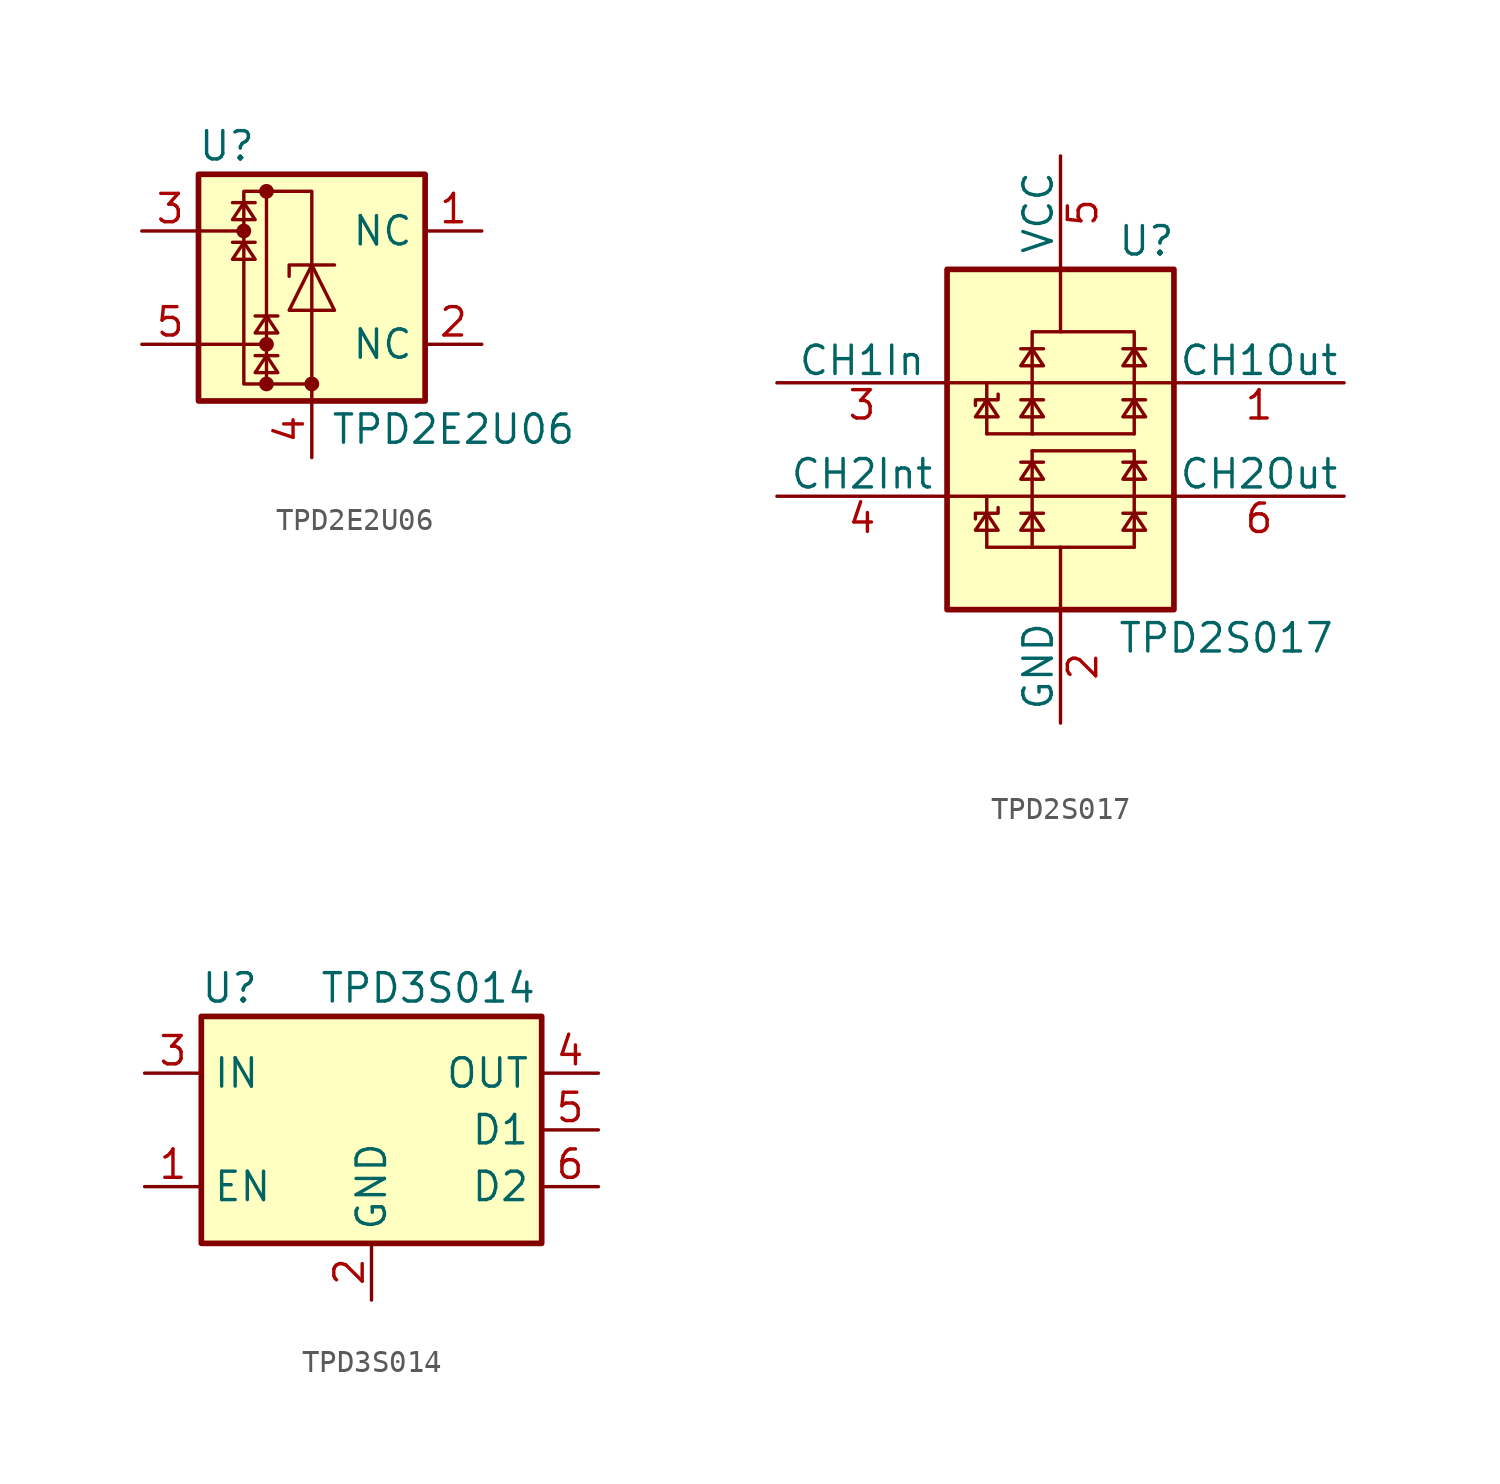
<source format=kicad_sym>
(kicad_symbol_lib
  (version 20201005)
  (generator kicad_symbol_editor)
  (symbol "Power_Protection:TPD2E2U06"
    (property "Reference" "U"
      (at -3.81 6.35 0)
      (effects (font (size 1.27 1.27))))
    (property "Value" "TPD2E2U06"
      (at 6.35 -6.35 0)
      (effects (font (size 1.27 1.27))))
    (symbol "TPD2E2U06_0_1"
      (circle (center -3.048 2.54) (radius 0.254) (stroke (width 0)) (fill (type outline)))
      (circle (center -2.032 -4.318) (radius 0.254) (stroke (width 0)) (fill (type outline)))
      (circle (center -2.032 -2.54) (radius 0.254) (stroke (width 0)) (fill (type outline)))
      (circle (center -2.032 4.318) (radius 0.254) (stroke (width 0)) (fill (type outline)))
      (circle (center 0 -4.318) (radius 0.254) (stroke (width 0)) (fill (type outline)))
      (rectangle (start -5.08 5.08) (end 5.08 -5.08) (stroke (width 0.254)) (fill (type background)))
      (rectangle (start -3.048 4.318) (end 0 -4.318) (stroke (width 0)) (fill (type none)))
      (polyline (pts (xy -3.048 2.54) (xy -5.08 2.54)) (stroke (width 0)) (fill (type none)))
      (polyline (pts (xy -2.54 2.032) (xy -3.556 2.032)) (stroke (width 0)) (fill (type none)))
      (polyline (pts (xy -2.54 3.81) (xy -3.556 3.81)) (stroke (width 0)) (fill (type none)))
      (polyline (pts (xy -2.032 -4.318) (xy -2.032 4.318)) (stroke (width 0)) (fill (type none)))
      (polyline (pts (xy -2.032 -2.54) (xy -5.08 -2.54)) (stroke (width 0)) (fill (type none)))
      (polyline (pts (xy -1.524 -3.048) (xy -2.54 -3.048)) (stroke (width 0)) (fill (type none)))
      (polyline (pts (xy -1.524 -1.27) (xy -2.54 -1.27)) (stroke (width 0)) (fill (type none)))
      (polyline (pts (xy 0 -4.318) (xy 0 -5.08)) (stroke (width 0)) (fill (type none)))
      (polyline (pts (xy 1.016 1.016) (xy -1.016 1.016) (xy -1.016 0.508)) (stroke (width 0)) (fill (type none)))
      (polyline (pts (xy -3.048 2.032) (xy -3.556 1.27) (xy -2.54 1.27) (xy -3.048 2.032)) (stroke (width 0)) (fill (type none)))
      (polyline (pts (xy -3.048 3.81) (xy -3.556 3.048) (xy -2.54 3.048) (xy -3.048 3.81)) (stroke (width 0)) (fill (type none)))
      (polyline (pts (xy -2.032 -3.048) (xy -2.54 -3.81) (xy -1.524 -3.81) (xy -2.032 -3.048)) (stroke (width 0)) (fill (type none)))
      (polyline (pts (xy -2.032 -1.27) (xy -2.54 -2.032) (xy -1.524 -2.032) (xy -2.032 -1.27)) (stroke (width 0)) (fill (type none)))
      (polyline (pts (xy 0 1.016) (xy 1.016 -1.016) (xy -1.016 -1.016) (xy 0 1.016)) (stroke (width 0)) (fill (type none))))
    (symbol "TPD2E2U06_1_1"
      (pin passive line (at 7.62 2.54 180) (length 2.54) (name "NC" (effects (font (size 1.27 1.27)))) (number "1" (effects (font (size 1.27 1.27)))))
      (pin passive line (at 7.62 -2.54 180) (length 2.54) (name "NC" (effects (font (size 1.27 1.27)))) (number "2" (effects (font (size 1.27 1.27)))))
      (pin passive line (at -7.62 2.54 0) (length 2.54) (name "~" (effects (font (size 1.27 1.27)))) (number "3" (effects (font (size 1.27 1.27)))))
      (pin passive line (at 0 -7.62 90) (length 2.54) (name "~" (effects (font (size 1.27 1.27)))) (number "4" (effects (font (size 1.27 1.27)))))
      (pin passive line (at -7.62 -2.54 0) (length 2.54) (name "~" (effects (font (size 1.27 1.27)))) (number "5" (effects (font (size 1.27 1.27)))))))
  (symbol "Power_Protection:TPD2S017"
    (pin_names
      (offset 0))
    (property "Reference" "U"
      (at 2.54 8.89 0)
      (effects (font (size 1.27 1.27)) (justify left)))
    (property "Value" "TPD2S017"
      (at 2.54 -8.89 0)
      (effects (font (size 1.27 1.27)) (justify left)))
    (symbol "TPD2S017_0_1"
      (rectangle (start -5.08 7.62) (end 5.08 -7.62) (stroke (width 0.254)) (fill (type background)))
      (polyline (pts (xy 0 4.826) (xy 0 7.62)) (stroke (width 0)) (fill (type none)))
      (polyline (pts (xy -5.08 -2.54) (xy 5.08 -2.54) (xy 5.08 -2.54)) (stroke (width 0)) (fill (type none)))
      (polyline (pts (xy -5.08 2.54) (xy 5.08 2.54) (xy 5.08 2.54)) (stroke (width 0)) (fill (type none)))
      (polyline (pts (xy -3.302 -4.826) (xy -1.27 -4.826) (xy -1.27 -4.826)) (stroke (width 0)) (fill (type none)))
      (polyline (pts (xy -3.302 -3.302) (xy -3.302 -2.54) (xy -3.302 -2.54)) (stroke (width 0)) (fill (type none)))
      (polyline (pts (xy -3.302 0.254) (xy -3.302 1.778) (xy -3.302 1.016)) (stroke (width 0)) (fill (type none)))
      (polyline (pts (xy -3.302 0.254) (xy -1.27 0.254) (xy -1.27 0.254)) (stroke (width 0)) (fill (type none)))
      (polyline (pts (xy -3.302 1.778) (xy -3.302 2.54) (xy -3.302 2.54)) (stroke (width 0)) (fill (type none)))
      (polyline (pts (xy -1.778 -3.302) (xy -1.27 -3.302) (xy -0.762 -3.302)) (stroke (width 0)) (fill (type none)))
      (polyline (pts (xy -1.778 -1.016) (xy -1.27 -1.016) (xy -0.762 -1.016)) (stroke (width 0)) (fill (type none)))
      (polyline (pts (xy -1.778 1.778) (xy -1.27 1.778) (xy -0.762 1.778)) (stroke (width 0)) (fill (type none)))
      (polyline (pts (xy -1.778 4.064) (xy -1.27 4.064) (xy -0.762 4.064)) (stroke (width 0)) (fill (type none)))
      (polyline (pts (xy -1.27 -4.826) (xy -1.27 -3.302) (xy -1.27 -4.064)) (stroke (width 0)) (fill (type none)))
      (polyline (pts (xy -1.27 -4.826) (xy 3.302 -4.826) (xy 3.302 -4.826)) (stroke (width 0)) (fill (type none)))
      (polyline (pts (xy -1.27 -1.016) (xy -1.27 -0.508) (xy -1.27 -0.508)) (stroke (width 0)) (fill (type none)))
      (polyline (pts (xy -1.27 -0.508) (xy 3.302 -0.508) (xy 3.302 -0.508)) (stroke (width 0)) (fill (type none)))
      (polyline (pts (xy -1.27 0.254) (xy -1.27 1.778) (xy -1.27 1.016)) (stroke (width 0)) (fill (type none)))
      (polyline (pts (xy -1.27 0.254) (xy 3.302 0.254) (xy 3.302 0.254)) (stroke (width 0)) (fill (type none)))
      (polyline (pts (xy 0 -7.62) (xy 0 -4.826) (xy 0 -4.826)) (stroke (width 0)) (fill (type none)))
      (polyline (pts (xy 2.794 -3.302) (xy 3.302 -3.302) (xy 3.81 -3.302)) (stroke (width 0)) (fill (type none)))
      (polyline (pts (xy 2.794 -1.016) (xy 3.302 -1.016) (xy 3.81 -1.016)) (stroke (width 0)) (fill (type none)))
      (polyline (pts (xy 2.794 1.778) (xy 3.302 1.778) (xy 3.81 1.778)) (stroke (width 0)) (fill (type none)))
      (polyline (pts (xy 2.794 4.064) (xy 3.302 4.064) (xy 3.81 4.064)) (stroke (width 0)) (fill (type none)))
      (polyline (pts (xy 3.302 -1.016) (xy 3.302 -0.508) (xy 3.302 -0.508)) (stroke (width 0)) (fill (type none)))
      (polyline (pts (xy -3.302 -4.826) (xy -3.302 -3.302) (xy -3.302 -4.064) (xy -3.302 -4.064)) (stroke (width 0)) (fill (type none)))
      (polyline (pts (xy 3.302 -4.826) (xy 3.302 -3.302) (xy 3.302 -4.064) (xy 3.302 -4.064)) (stroke (width 0)) (fill (type none)))
      (polyline (pts (xy 3.302 0.254) (xy 3.302 1.778) (xy 3.302 1.016) (xy 3.302 1.016)) (stroke (width 0)) (fill (type none)))
      (polyline (pts (xy -3.302 -3.302) (xy -3.81 -4.064) (xy -2.794 -4.064) (xy -3.302 -3.302) (xy -3.302 -3.302)) (stroke (width 0)) (fill (type none)))
      (polyline (pts (xy -3.302 1.778) (xy -3.81 1.016) (xy -2.794 1.016) (xy -3.302 1.778) (xy -3.302 1.778)) (stroke (width 0)) (fill (type none)))
      (polyline (pts (xy -2.794 -3.048) (xy -2.794 -3.302) (xy -3.81 -3.302) (xy -3.81 -3.556) (xy -3.81 -3.556)) (stroke (width 0)) (fill (type none)))
      (polyline (pts (xy -2.794 2.032) (xy -2.794 1.778) (xy -3.81 1.778) (xy -3.81 1.524) (xy -3.81 1.524)) (stroke (width 0)) (fill (type none)))
      (polyline (pts (xy -1.27 -3.302) (xy -1.778 -4.064) (xy -0.762 -4.064) (xy -1.27 -3.302) (xy -1.27 -3.302)) (stroke (width 0)) (fill (type none)))
      (polyline (pts (xy -1.27 -3.302) (xy -1.27 -1.016) (xy -1.27 -1.778) (xy -1.27 -1.778) (xy -1.27 -1.778)) (stroke (width 0)) (fill (type none)))
      (polyline (pts (xy -1.27 -1.016) (xy -1.778 -1.778) (xy -0.762 -1.778) (xy -1.27 -1.016) (xy -1.27 -1.016)) (stroke (width 0)) (fill (type none)))
      (polyline (pts (xy -1.27 1.778) (xy -1.778 1.016) (xy -0.762 1.016) (xy -1.27 1.778) (xy -1.27 1.778)) (stroke (width 0)) (fill (type none)))
      (polyline (pts (xy -1.27 1.778) (xy -1.27 4.064) (xy -1.27 3.302) (xy -1.27 3.302) (xy -1.27 3.302)) (stroke (width 0)) (fill (type none)))
      (polyline (pts (xy -1.27 4.064) (xy -1.778 3.302) (xy -0.762 3.302) (xy -1.27 4.064) (xy -1.27 4.064)) (stroke (width 0)) (fill (type none)))
      (polyline (pts (xy -1.27 4.064) (xy -1.27 4.826) (xy 3.302 4.826) (xy 3.302 4.064) (xy 3.302 4.064)) (stroke (width 0)) (fill (type none)))
      (polyline (pts (xy 3.302 -3.302) (xy 2.794 -4.064) (xy 3.81 -4.064) (xy 3.302 -3.302) (xy 3.302 -3.302)) (stroke (width 0)) (fill (type none)))
      (polyline (pts (xy 3.302 -3.302) (xy 3.302 -1.016) (xy 3.302 -1.778) (xy 3.302 -1.778) (xy 3.302 -1.778)) (stroke (width 0)) (fill (type none)))
      (polyline (pts (xy 3.302 -1.016) (xy 2.794 -1.778) (xy 3.81 -1.778) (xy 3.302 -1.016) (xy 3.302 -1.016)) (stroke (width 0)) (fill (type none)))
      (polyline (pts (xy 3.302 1.778) (xy 2.794 1.016) (xy 3.81 1.016) (xy 3.302 1.778) (xy 3.302 1.778)) (stroke (width 0)) (fill (type none)))
      (polyline (pts (xy 3.302 1.778) (xy 3.302 4.064) (xy 3.302 3.302) (xy 3.302 3.302) (xy 3.302 3.302)) (stroke (width 0)) (fill (type none)))
      (polyline (pts (xy 3.302 4.064) (xy 2.794 3.302) (xy 3.81 3.302) (xy 3.302 4.064) (xy 3.302 4.064)) (stroke (width 0)) (fill (type none))))
    (symbol "TPD2S017_1_1"
      (pin passive line (at 12.7 2.54 180) (length 7.62) (name "CH1Out" (effects (font (size 1.27 1.27)))) (number "1" (effects (font (size 1.27 1.27)))))
      (pin power_in line (at 0 -12.7 90) (length 5.08) (name "GND" (effects (font (size 1.27 1.27)))) (number "2" (effects (font (size 1.27 1.27)))))
      (pin passive line (at -12.7 2.54 0) (length 7.62) (name "CH1In" (effects (font (size 1.27 1.27)))) (number "3" (effects (font (size 1.27 1.27)))))
      (pin passive line (at -12.7 -2.54 0) (length 7.62) (name "CH2Int" (effects (font (size 1.27 1.27)))) (number "4" (effects (font (size 1.27 1.27)))))
      (pin power_in line (at 0 12.7 270) (length 5.08) (name "VCC" (effects (font (size 1.27 1.27)))) (number "5" (effects (font (size 1.27 1.27)))))
      (pin passive line (at 12.7 -2.54 180) (length 7.62) (name "CH2Out" (effects (font (size 1.27 1.27)))) (number "6" (effects (font (size 1.27 1.27)))))))
  (symbol "Power_Protection:TPD3S014"
    (property "Reference" "U"
      (at -6.35 6.35 0)
      (effects (font (size 1.27 1.27))))
    (property "Value" "TPD3S014"
      (at 2.54 6.35 0)
      (effects (font (size 1.27 1.27))))
    (symbol "TPD3S014_0_1"
      (rectangle (start -7.62 5.08) (end 7.62 -5.08) (stroke (width 0.254)) (fill (type background))))
    (symbol "TPD3S014_1_1"
      (pin input line (at -10.16 -2.54 0) (length 2.54) (name "EN" (effects (font (size 1.27 1.27)))) (number "1" (effects (font (size 1.27 1.27)))))
      (pin power_in line (at 0 -7.62 90) (length 2.54) (name "GND" (effects (font (size 1.27 1.27)))) (number "2" (effects (font (size 1.27 1.27)))))
      (pin power_in line (at -10.16 2.54 0) (length 2.54) (name "IN" (effects (font (size 1.27 1.27)))) (number "3" (effects (font (size 1.27 1.27)))))
      (pin passive line (at 10.16 2.54 180) (length 2.54) (name "OUT" (effects (font (size 1.27 1.27)))) (number "4" (effects (font (size 1.27 1.27)))))
      (pin passive line (at 10.16 0 180) (length 2.54) (name "D1" (effects (font (size 1.27 1.27)))) (number "5" (effects (font (size 1.27 1.27)))))
      (pin passive line (at 10.16 -2.54 180) (length 2.54) (name "D2" (effects (font (size 1.27 1.27)))) (number "6" (effects (font (size 1.27 1.27))))))))
</source>
